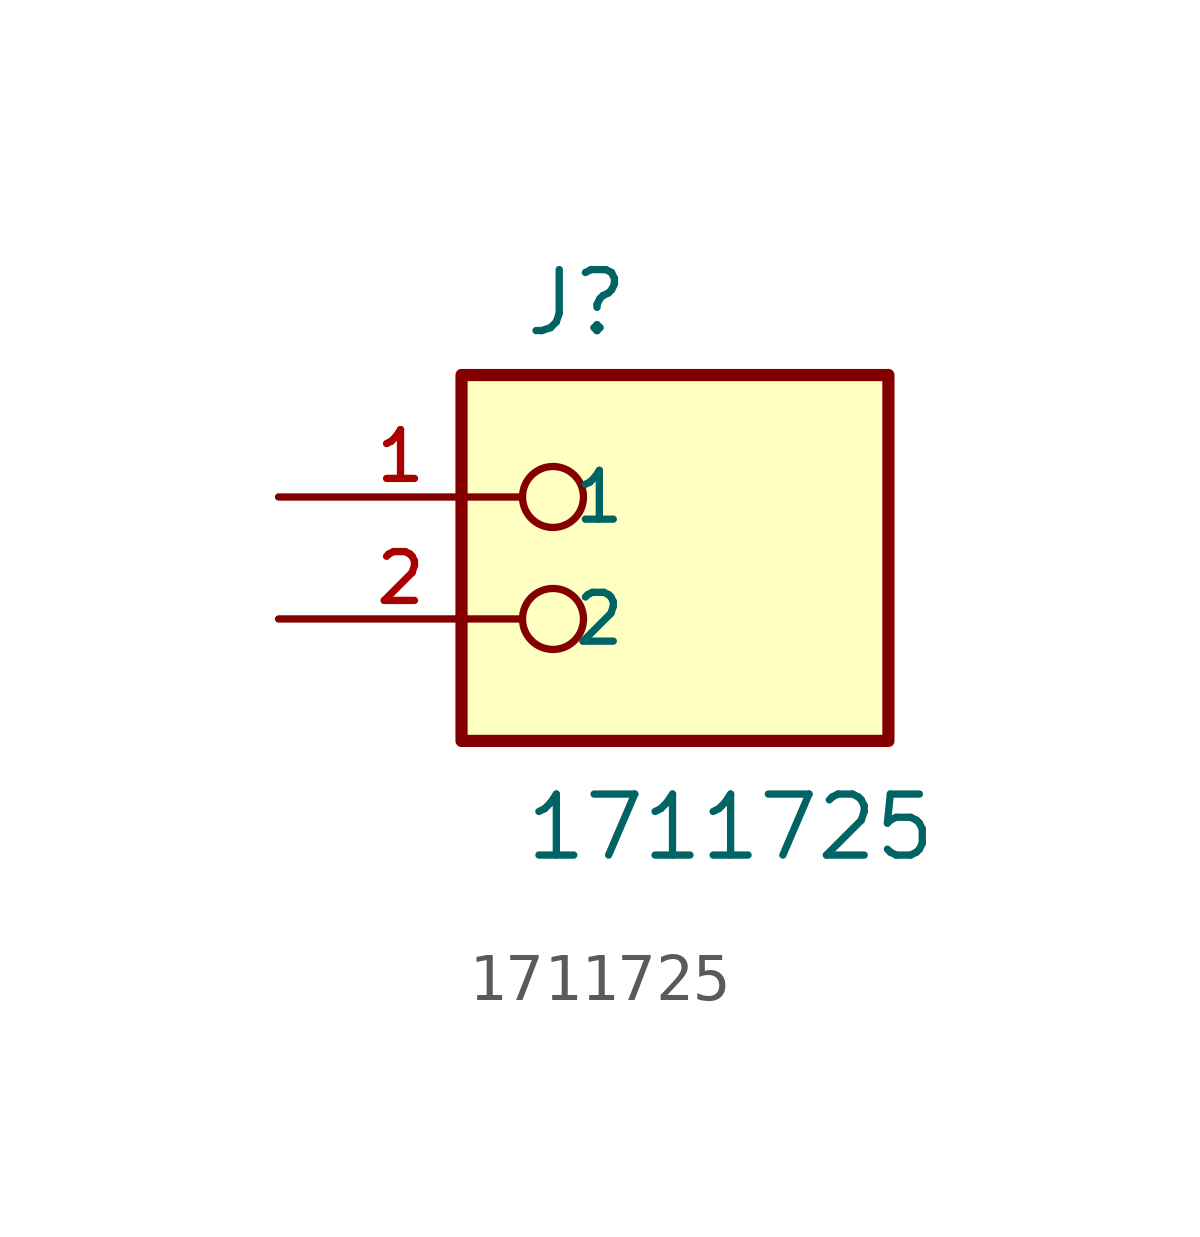
<source format=kicad_sym>
(kicad_symbol_lib
  (version 20211014)
  (generator kicad_symbol_editor)
  (symbol "1711725"
    (pin_names
      (offset 1.016))
    (property "Reference" "J"
      (at -2.54 3.302 0)
      (effects (font (size 1.27 1.27)) (justify bottom left)))
    (property "Value" "1711725"
      (at -2.54 -7.62 0)
      (effects (font (size 1.27 1.27)) (justify bottom left)))
    (symbol "1711725_0_0"
      (circle (center -1.905 0.0) (radius 0.635) (stroke (width 0.152)) (fill (type none)))
      (circle (center -1.905 -2.54) (radius 0.635) (stroke (width 0.152)) (fill (type none)))
      (rectangle (start -3.81 -5.08) (end 5.08 2.54) (stroke (width 0.254)) (fill (type background)))
      (pin passive line (at -7.62 0.0 0) (length 5.08) (name "1" (effects (font (size 1.016 1.016)))) (number "1" (effects (font (size 1.016 1.016)))))
      (pin passive line (at -7.62 -2.54 0) (length 5.08) (name "2" (effects (font (size 1.016 1.016)))) (number "2" (effects (font (size 1.016 1.016))))))))
</source>
